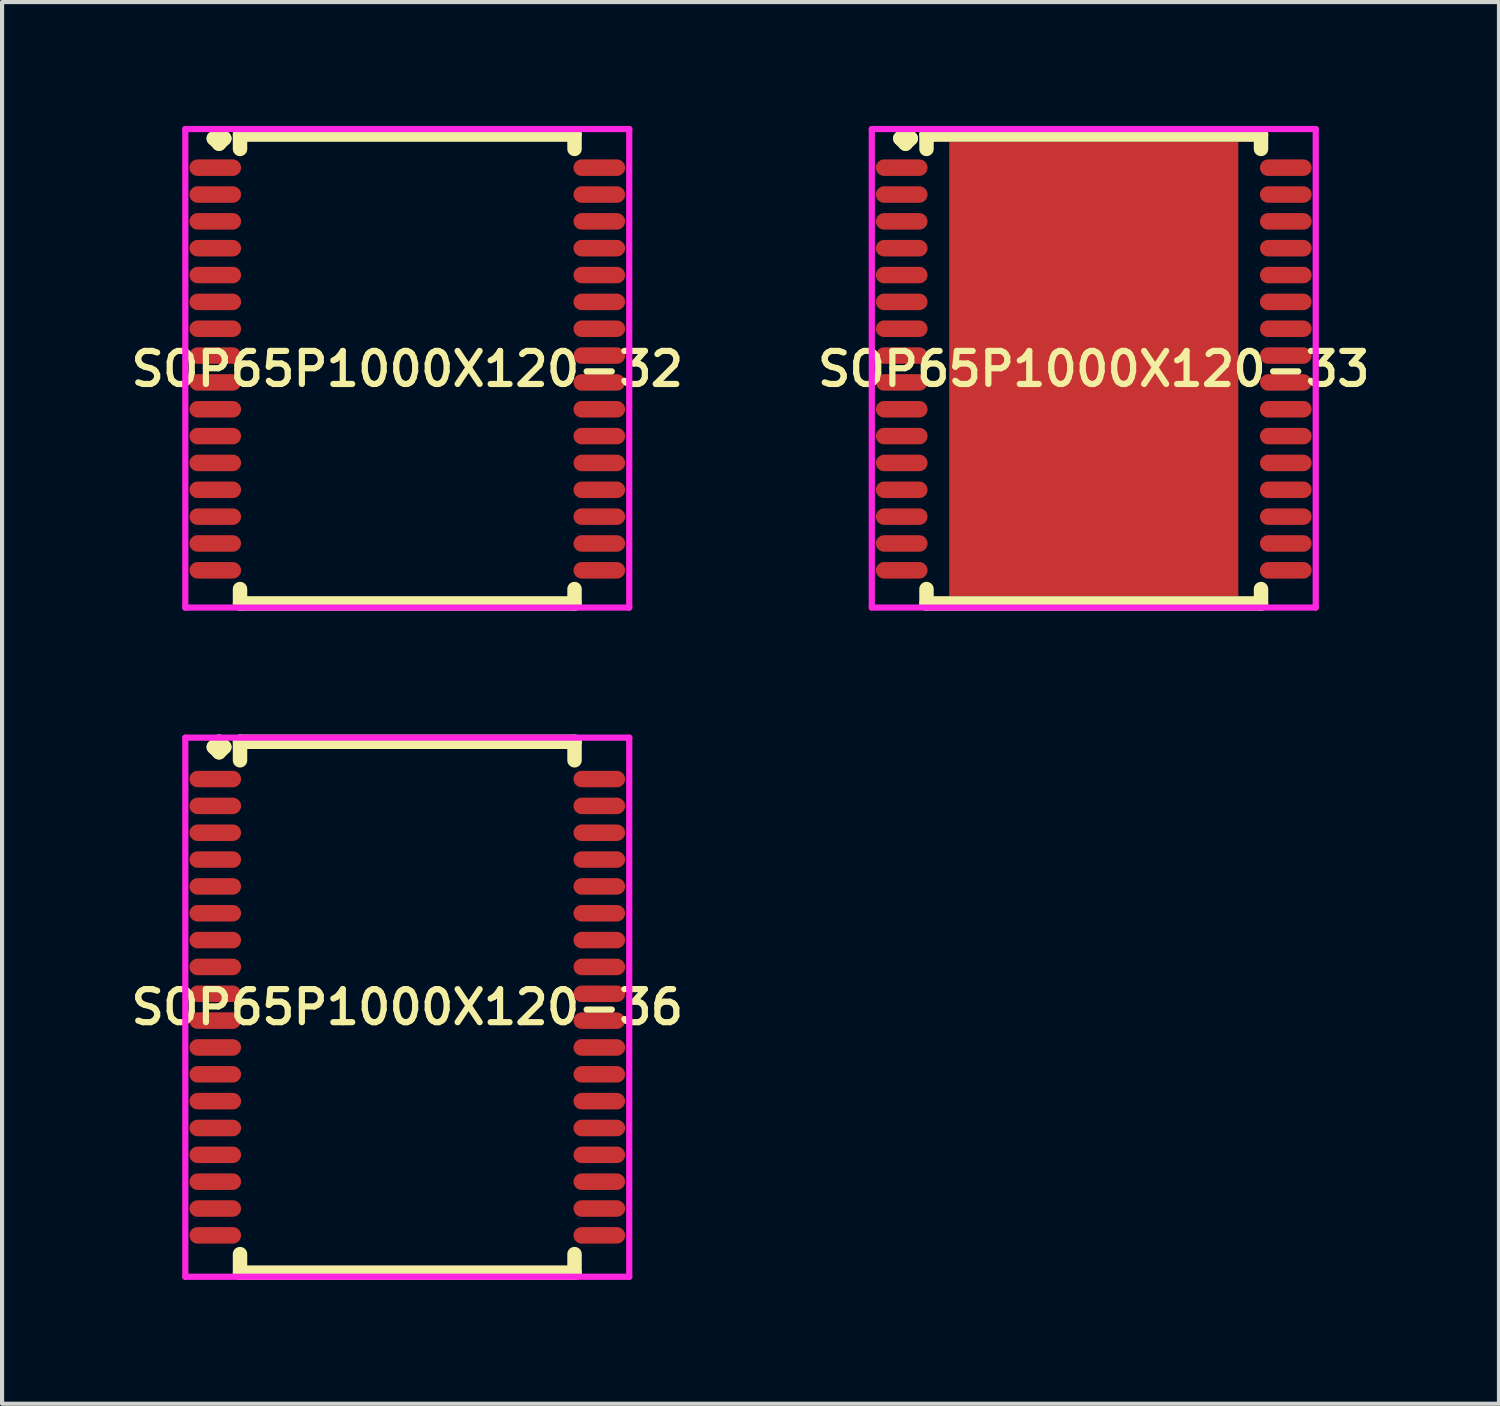
<source format=kicad_pcb>
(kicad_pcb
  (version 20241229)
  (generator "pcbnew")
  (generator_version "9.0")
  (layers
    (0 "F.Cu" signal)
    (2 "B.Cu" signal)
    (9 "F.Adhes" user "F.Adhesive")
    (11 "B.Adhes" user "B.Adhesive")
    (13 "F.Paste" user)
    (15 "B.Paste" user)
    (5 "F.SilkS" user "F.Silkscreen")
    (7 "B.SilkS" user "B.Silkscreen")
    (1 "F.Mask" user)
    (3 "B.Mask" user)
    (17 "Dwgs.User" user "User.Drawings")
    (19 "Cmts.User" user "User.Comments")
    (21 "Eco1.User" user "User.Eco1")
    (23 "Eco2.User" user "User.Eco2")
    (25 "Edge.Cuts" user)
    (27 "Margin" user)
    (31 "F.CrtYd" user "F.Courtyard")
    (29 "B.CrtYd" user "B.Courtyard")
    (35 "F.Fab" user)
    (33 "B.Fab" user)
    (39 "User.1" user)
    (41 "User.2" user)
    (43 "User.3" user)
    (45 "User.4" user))
  (footprint "SOP65P1000X120-32"
    (layer "F.Cu")
    (at 6.812 5.885)
    (property "Reference" "SOP65P1000X120-32" (at 0 0 0) (layer "F.SilkS") (effects (font (size 0.8 0.8) (thickness 0.15))))
    (attr smd)
    (fp_line (start -4.685 -5.583) (end -4.558 -5.71) (stroke (width 0.35) (type solid)) (layer "F.SilkS"))
    (fp_line (start -4.558 -5.71) (end -4.431 -5.583) (stroke (width 0.35) (type solid)) (layer "F.SilkS"))
    (fp_line (start -4.558 -5.456) (end -4.685 -5.583) (stroke (width 0.35) (type solid)) (layer "F.SilkS"))
    (fp_line (start -4.431 -5.583) (end -4.558 -5.456) (stroke (width 0.35) (type solid)) (layer "F.SilkS"))
    (fp_line (start -4.05 -5.677) (end 4.05 -5.677) (stroke (width 0.35) (type solid)) (layer "F.SilkS"))
    (fp_line (start -4.05 -5.329) (end -4.05 -5.677) (stroke (width 0.35) (type solid)) (layer "F.SilkS"))
    (fp_line (start -4.05 5.329) (end -4.05 5.677) (stroke (width 0.35) (type solid)) (layer "F.SilkS"))
    (fp_line (start -4.05 5.677) (end 4.05 5.677) (stroke (width 0.35) (type solid)) (layer "F.SilkS"))
    (fp_line (start 4.05 -5.677) (end 4.05 -5.329) (stroke (width 0.35) (type solid)) (layer "F.SilkS"))
    (fp_line (start 4.05 5.677) (end 4.05 5.329) (stroke (width 0.35) (type solid)) (layer "F.SilkS"))
    (fp_line (start -5.375 -5.81) (end 5.375 -5.81) (stroke (width 0.15) (type solid)) (layer "F.CrtYd"))
    (fp_line (start -5.375 5.777) (end -5.375 -5.81) (stroke (width 0.15) (type solid)) (layer "F.CrtYd"))
    (fp_line (start 5.375 -5.81) (end 5.375 5.777) (stroke (width 0.15) (type solid)) (layer "F.CrtYd"))
    (fp_line (start 5.375 5.777) (end -5.375 5.777) (stroke (width 0.15) (type solid)) (layer "F.CrtYd"))
    (pad "1" smd oval (at -4.65 -4.875) (size 1.25 0.4) (layers "F.Cu" "F.Mask" "F.Paste"))
    (pad "2" smd oval (at -4.65 -4.225) (size 1.25 0.4) (layers "F.Cu" "F.Mask" "F.Paste"))
    (pad "3" smd oval (at -4.65 -3.575) (size 1.25 0.4) (layers "F.Cu" "F.Mask" "F.Paste"))
    (pad "4" smd oval (at -4.65 -2.925) (size 1.25 0.4) (layers "F.Cu" "F.Mask" "F.Paste"))
    (pad "5" smd oval (at -4.65 -2.275) (size 1.25 0.4) (layers "F.Cu" "F.Mask" "F.Paste"))
    (pad "6" smd oval (at -4.65 -1.625) (size 1.25 0.4) (layers "F.Cu" "F.Mask" "F.Paste"))
    (pad "7" smd oval (at -4.65 -0.975) (size 1.25 0.4) (layers "F.Cu" "F.Mask" "F.Paste"))
    (pad "8" smd oval (at -4.65 -0.325) (size 1.25 0.4) (layers "F.Cu" "F.Mask" "F.Paste"))
    (pad "9" smd oval (at -4.65 0.325) (size 1.25 0.4) (layers "F.Cu" "F.Mask" "F.Paste"))
    (pad "10" smd oval (at -4.65 0.975) (size 1.25 0.4) (layers "F.Cu" "F.Mask" "F.Paste"))
    (pad "11" smd oval (at -4.65 1.625) (size 1.25 0.4) (layers "F.Cu" "F.Mask" "F.Paste"))
    (pad "12" smd oval (at -4.65 2.275) (size 1.25 0.4) (layers "F.Cu" "F.Mask" "F.Paste"))
    (pad "13" smd oval (at -4.65 2.925) (size 1.25 0.4) (layers "F.Cu" "F.Mask" "F.Paste"))
    (pad "14" smd oval (at -4.65 3.575) (size 1.25 0.4) (layers "F.Cu" "F.Mask" "F.Paste"))
    (pad "15" smd oval (at -4.65 4.225) (size 1.25 0.4) (layers "F.Cu" "F.Mask" "F.Paste"))
    (pad "16" smd oval (at -4.65 4.875) (size 1.25 0.4) (layers "F.Cu" "F.Mask" "F.Paste"))
    (pad "17" smd oval (at 4.65 4.875) (size 1.25 0.4) (layers "F.Cu" "F.Mask" "F.Paste"))
    (pad "18" smd oval (at 4.65 4.225) (size 1.25 0.4) (layers "F.Cu" "F.Mask" "F.Paste"))
    (pad "19" smd oval (at 4.65 3.575) (size 1.25 0.4) (layers "F.Cu" "F.Mask" "F.Paste"))
    (pad "20" smd oval (at 4.65 2.925) (size 1.25 0.4) (layers "F.Cu" "F.Mask" "F.Paste"))
    (pad "21" smd oval (at 4.65 2.275) (size 1.25 0.4) (layers "F.Cu" "F.Mask" "F.Paste"))
    (pad "22" smd oval (at 4.65 1.625) (size 1.25 0.4) (layers "F.Cu" "F.Mask" "F.Paste"))
    (pad "23" smd oval (at 4.65 0.975) (size 1.25 0.4) (layers "F.Cu" "F.Mask" "F.Paste"))
    (pad "24" smd oval (at 4.65 0.325) (size 1.25 0.4) (layers "F.Cu" "F.Mask" "F.Paste"))
    (pad "25" smd oval (at 4.65 -0.325) (size 1.25 0.4) (layers "F.Cu" "F.Mask" "F.Paste"))
    (pad "26" smd oval (at 4.65 -0.975) (size 1.25 0.4) (layers "F.Cu" "F.Mask" "F.Paste"))
    (pad "27" smd oval (at 4.65 -1.625) (size 1.25 0.4) (layers "F.Cu" "F.Mask" "F.Paste"))
    (pad "28" smd oval (at 4.65 -2.275) (size 1.25 0.4) (layers "F.Cu" "F.Mask" "F.Paste"))
    (pad "29" smd oval (at 4.65 -2.925) (size 1.25 0.4) (layers "F.Cu" "F.Mask" "F.Paste"))
    (pad "30" smd oval (at 4.65 -3.575) (size 1.25 0.4) (layers "F.Cu" "F.Mask" "F.Paste"))
    (pad "31" smd oval (at 4.65 -4.225) (size 1.25 0.4) (layers "F.Cu" "F.Mask" "F.Paste"))
    (pad "32" smd oval (at 4.65 -4.875) (size 1.25 0.4) (layers "F.Cu" "F.Mask" "F.Paste")))
  (footprint "SOP65P1000X120-33"
    (layer "F.Cu")
    (at 23.435 5.885)
    (property "Reference" "SOP65P1000X120-33" (at 0 0 0) (layer "F.SilkS") (effects (font (size 0.8 0.8) (thickness 0.15))))
    (attr smd)
    (fp_line (start -4.685 -5.583) (end -4.558 -5.71) (stroke (width 0.35) (type solid)) (layer "F.SilkS"))
    (fp_line (start -4.558 -5.71) (end -4.431 -5.583) (stroke (width 0.35) (type solid)) (layer "F.SilkS"))
    (fp_line (start -4.558 -5.456) (end -4.685 -5.583) (stroke (width 0.35) (type solid)) (layer "F.SilkS"))
    (fp_line (start -4.431 -5.583) (end -4.558 -5.456) (stroke (width 0.35) (type solid)) (layer "F.SilkS"))
    (fp_line (start -4.05 -5.677) (end 4.05 -5.677) (stroke (width 0.35) (type solid)) (layer "F.SilkS"))
    (fp_line (start -4.05 -5.329) (end -4.05 -5.677) (stroke (width 0.35) (type solid)) (layer "F.SilkS"))
    (fp_line (start -4.05 5.329) (end -4.05 5.677) (stroke (width 0.35) (type solid)) (layer "F.SilkS"))
    (fp_line (start -4.05 5.677) (end 4.05 5.677) (stroke (width 0.35) (type solid)) (layer "F.SilkS"))
    (fp_line (start 4.05 -5.677) (end 4.05 -5.329) (stroke (width 0.35) (type solid)) (layer "F.SilkS"))
    (fp_line (start 4.05 5.677) (end 4.05 5.329) (stroke (width 0.35) (type solid)) (layer "F.SilkS"))
    (fp_line (start -5.375 -5.81) (end 5.375 -5.81) (stroke (width 0.15) (type solid)) (layer "F.CrtYd"))
    (fp_line (start -5.375 5.777) (end -5.375 -5.81) (stroke (width 0.15) (type solid)) (layer "F.CrtYd"))
    (fp_line (start 5.375 -5.81) (end 5.375 5.777) (stroke (width 0.15) (type solid)) (layer "F.CrtYd"))
    (fp_line (start 5.375 5.777) (end -5.375 5.777) (stroke (width 0.15) (type solid)) (layer "F.CrtYd"))
    (pad "1" smd oval (at -4.65 -4.875) (size 1.25 0.4) (layers "F.Cu" "F.Mask" "F.Paste"))
    (pad "2" smd oval (at -4.65 -4.225) (size 1.25 0.4) (layers "F.Cu" "F.Mask" "F.Paste"))
    (pad "3" smd oval (at -4.65 -3.575) (size 1.25 0.4) (layers "F.Cu" "F.Mask" "F.Paste"))
    (pad "4" smd oval (at -4.65 -2.925) (size 1.25 0.4) (layers "F.Cu" "F.Mask" "F.Paste"))
    (pad "5" smd oval (at -4.65 -2.275) (size 1.25 0.4) (layers "F.Cu" "F.Mask" "F.Paste"))
    (pad "6" smd oval (at -4.65 -1.625) (size 1.25 0.4) (layers "F.Cu" "F.Mask" "F.Paste"))
    (pad "7" smd oval (at -4.65 -0.975) (size 1.25 0.4) (layers "F.Cu" "F.Mask" "F.Paste"))
    (pad "8" smd oval (at -4.65 -0.325) (size 1.25 0.4) (layers "F.Cu" "F.Mask" "F.Paste"))
    (pad "9" smd oval (at -4.65 0.325) (size 1.25 0.4) (layers "F.Cu" "F.Mask" "F.Paste"))
    (pad "10" smd oval (at -4.65 0.975) (size 1.25 0.4) (layers "F.Cu" "F.Mask" "F.Paste"))
    (pad "11" smd oval (at -4.65 1.625) (size 1.25 0.4) (layers "F.Cu" "F.Mask" "F.Paste"))
    (pad "12" smd oval (at -4.65 2.275) (size 1.25 0.4) (layers "F.Cu" "F.Mask" "F.Paste"))
    (pad "13" smd oval (at -4.65 2.925) (size 1.25 0.4) (layers "F.Cu" "F.Mask" "F.Paste"))
    (pad "14" smd oval (at -4.65 3.575) (size 1.25 0.4) (layers "F.Cu" "F.Mask" "F.Paste"))
    (pad "15" smd oval (at -4.65 4.225) (size 1.25 0.4) (layers "F.Cu" "F.Mask" "F.Paste"))
    (pad "16" smd oval (at -4.65 4.875) (size 1.25 0.4) (layers "F.Cu" "F.Mask" "F.Paste"))
    (pad "17" smd oval (at 4.65 4.875) (size 1.25 0.4) (layers "F.Cu" "F.Mask" "F.Paste"))
    (pad "18" smd oval (at 4.65 4.225) (size 1.25 0.4) (layers "F.Cu" "F.Mask" "F.Paste"))
    (pad "19" smd oval (at 4.65 3.575) (size 1.25 0.4) (layers "F.Cu" "F.Mask" "F.Paste"))
    (pad "20" smd oval (at 4.65 2.925) (size 1.25 0.4) (layers "F.Cu" "F.Mask" "F.Paste"))
    (pad "21" smd oval (at 4.65 2.275) (size 1.25 0.4) (layers "F.Cu" "F.Mask" "F.Paste"))
    (pad "22" smd oval (at 4.65 1.625) (size 1.25 0.4) (layers "F.Cu" "F.Mask" "F.Paste"))
    (pad "23" smd oval (at 4.65 0.975) (size 1.25 0.4) (layers "F.Cu" "F.Mask" "F.Paste"))
    (pad "24" smd oval (at 4.65 0.325) (size 1.25 0.4) (layers "F.Cu" "F.Mask" "F.Paste"))
    (pad "25" smd oval (at 4.65 -0.325) (size 1.25 0.4) (layers "F.Cu" "F.Mask" "F.Paste"))
    (pad "26" smd oval (at 4.65 -0.975) (size 1.25 0.4) (layers "F.Cu" "F.Mask" "F.Paste"))
    (pad "27" smd oval (at 4.65 -1.625) (size 1.25 0.4) (layers "F.Cu" "F.Mask" "F.Paste"))
    (pad "28" smd oval (at 4.65 -2.275) (size 1.25 0.4) (layers "F.Cu" "F.Mask" "F.Paste"))
    (pad "29" smd oval (at 4.65 -2.925) (size 1.25 0.4) (layers "F.Cu" "F.Mask" "F.Paste"))
    (pad "30" smd oval (at 4.65 -3.575) (size 1.25 0.4) (layers "F.Cu" "F.Mask" "F.Paste"))
    (pad "31" smd oval (at 4.65 -4.225) (size 1.25 0.4) (layers "F.Cu" "F.Mask" "F.Paste"))
    (pad "32" smd oval (at 4.65 -4.875) (size 1.25 0.4) (layers "F.Cu" "F.Mask" "F.Paste"))
    (pad "33" smd rect (at 0 0) (size 7 11) (layers "F.Cu" "F.Mask" "F.Paste")))
  (footprint "SOP65P1000X120-36"
    (layer "F.Cu")
    (at 6.812 21.339)
    (property "Reference" "SOP65P1000X120-36" (at 0 0 0) (layer "F.SilkS") (effects (font (size 0.8 0.8) (thickness 0.15))))
    (attr smd)
    (fp_line (start -4.685 -6.3) (end -4.558 -6.427) (stroke (width 0.35) (type solid)) (layer "F.SilkS"))
    (fp_line (start -4.558 -6.427) (end -4.431 -6.3) (stroke (width 0.35) (type solid)) (layer "F.SilkS"))
    (fp_line (start -4.558 -6.173) (end -4.685 -6.3) (stroke (width 0.35) (type solid)) (layer "F.SilkS"))
    (fp_line (start -4.431 -6.3) (end -4.558 -6.173) (stroke (width 0.35) (type solid)) (layer "F.SilkS"))
    (fp_line (start -4.05 -6.427) (end 4.05 -6.427) (stroke (width 0.35) (type solid)) (layer "F.SilkS"))
    (fp_line (start -4.05 -5.979) (end -4.05 -6.427) (stroke (width 0.35) (type solid)) (layer "F.SilkS"))
    (fp_line (start -4.05 5.979) (end -4.05 6.427) (stroke (width 0.35) (type solid)) (layer "F.SilkS"))
    (fp_line (start -4.05 6.427) (end 4.05 6.427) (stroke (width 0.35) (type solid)) (layer "F.SilkS"))
    (fp_line (start 4.05 -6.427) (end 4.05 -5.979) (stroke (width 0.35) (type solid)) (layer "F.SilkS"))
    (fp_line (start 4.05 6.427) (end 4.05 5.979) (stroke (width 0.35) (type solid)) (layer "F.SilkS"))
    (fp_line (start -5.375 -6.527) (end 5.375 -6.527) (stroke (width 0.15) (type solid)) (layer "F.CrtYd"))
    (fp_line (start -5.375 6.527) (end -5.375 -6.527) (stroke (width 0.15) (type solid)) (layer "F.CrtYd"))
    (fp_line (start 5.375 -6.527) (end 5.375 6.527) (stroke (width 0.15) (type solid)) (layer "F.CrtYd"))
    (fp_line (start 5.375 6.527) (end -5.375 6.527) (stroke (width 0.15) (type solid)) (layer "F.CrtYd"))
    (pad "1" smd oval (at -4.65 -5.525) (size 1.25 0.4) (layers "F.Cu" "F.Mask" "F.Paste"))
    (pad "2" smd oval (at -4.65 -4.875) (size 1.25 0.4) (layers "F.Cu" "F.Mask" "F.Paste"))
    (pad "3" smd oval (at -4.65 -4.225) (size 1.25 0.4) (layers "F.Cu" "F.Mask" "F.Paste"))
    (pad "4" smd oval (at -4.65 -3.575) (size 1.25 0.4) (layers "F.Cu" "F.Mask" "F.Paste"))
    (pad "5" smd oval (at -4.65 -2.925) (size 1.25 0.4) (layers "F.Cu" "F.Mask" "F.Paste"))
    (pad "6" smd oval (at -4.65 -2.275) (size 1.25 0.4) (layers "F.Cu" "F.Mask" "F.Paste"))
    (pad "7" smd oval (at -4.65 -1.625) (size 1.25 0.4) (layers "F.Cu" "F.Mask" "F.Paste"))
    (pad "8" smd oval (at -4.65 -0.975) (size 1.25 0.4) (layers "F.Cu" "F.Mask" "F.Paste"))
    (pad "9" smd oval (at -4.65 -0.325) (size 1.25 0.4) (layers "F.Cu" "F.Mask" "F.Paste"))
    (pad "10" smd oval (at -4.65 0.325) (size 1.25 0.4) (layers "F.Cu" "F.Mask" "F.Paste"))
    (pad "11" smd oval (at -4.65 0.975) (size 1.25 0.4) (layers "F.Cu" "F.Mask" "F.Paste"))
    (pad "12" smd oval (at -4.65 1.625) (size 1.25 0.4) (layers "F.Cu" "F.Mask" "F.Paste"))
    (pad "13" smd oval (at -4.65 2.275) (size 1.25 0.4) (layers "F.Cu" "F.Mask" "F.Paste"))
    (pad "14" smd oval (at -4.65 2.925) (size 1.25 0.4) (layers "F.Cu" "F.Mask" "F.Paste"))
    (pad "15" smd oval (at -4.65 3.575) (size 1.25 0.4) (layers "F.Cu" "F.Mask" "F.Paste"))
    (pad "16" smd oval (at -4.65 4.225) (size 1.25 0.4) (layers "F.Cu" "F.Mask" "F.Paste"))
    (pad "17" smd oval (at -4.65 4.875) (size 1.25 0.4) (layers "F.Cu" "F.Mask" "F.Paste"))
    (pad "18" smd oval (at -4.65 5.525) (size 1.25 0.4) (layers "F.Cu" "F.Mask" "F.Paste"))
    (pad "19" smd oval (at 4.65 5.525) (size 1.25 0.4) (layers "F.Cu" "F.Mask" "F.Paste"))
    (pad "20" smd oval (at 4.65 4.875) (size 1.25 0.4) (layers "F.Cu" "F.Mask" "F.Paste"))
    (pad "21" smd oval (at 4.65 4.225) (size 1.25 0.4) (layers "F.Cu" "F.Mask" "F.Paste"))
    (pad "22" smd oval (at 4.65 3.575) (size 1.25 0.4) (layers "F.Cu" "F.Mask" "F.Paste"))
    (pad "23" smd oval (at 4.65 2.925) (size 1.25 0.4) (layers "F.Cu" "F.Mask" "F.Paste"))
    (pad "24" smd oval (at 4.65 2.275) (size 1.25 0.4) (layers "F.Cu" "F.Mask" "F.Paste"))
    (pad "25" smd oval (at 4.65 1.625) (size 1.25 0.4) (layers "F.Cu" "F.Mask" "F.Paste"))
    (pad "26" smd oval (at 4.65 0.975) (size 1.25 0.4) (layers "F.Cu" "F.Mask" "F.Paste"))
    (pad "27" smd oval (at 4.65 0.325) (size 1.25 0.4) (layers "F.Cu" "F.Mask" "F.Paste"))
    (pad "28" smd oval (at 4.65 -0.325) (size 1.25 0.4) (layers "F.Cu" "F.Mask" "F.Paste"))
    (pad "29" smd oval (at 4.65 -0.975) (size 1.25 0.4) (layers "F.Cu" "F.Mask" "F.Paste"))
    (pad "30" smd oval (at 4.65 -1.625) (size 1.25 0.4) (layers "F.Cu" "F.Mask" "F.Paste"))
    (pad "31" smd oval (at 4.65 -2.275) (size 1.25 0.4) (layers "F.Cu" "F.Mask" "F.Paste"))
    (pad "32" smd oval (at 4.65 -2.925) (size 1.25 0.4) (layers "F.Cu" "F.Mask" "F.Paste"))
    (pad "33" smd oval (at 4.65 -3.575) (size 1.25 0.4) (layers "F.Cu" "F.Mask" "F.Paste"))
    (pad "34" smd oval (at 4.65 -4.225) (size 1.25 0.4) (layers "F.Cu" "F.Mask" "F.Paste"))
    (pad "35" smd oval (at 4.65 -4.875) (size 1.25 0.4) (layers "F.Cu" "F.Mask" "F.Paste"))
    (pad "36" smd oval (at 4.65 -5.525) (size 1.25 0.4) (layers "F.Cu" "F.Mask" "F.Paste")))
  (gr_rect
    (start -3 -3)
    (end 33.247 30.941)
    (stroke (width 0.1) (type default))
    (fill no)
    (layer "Edge.Cuts")))
</source>
